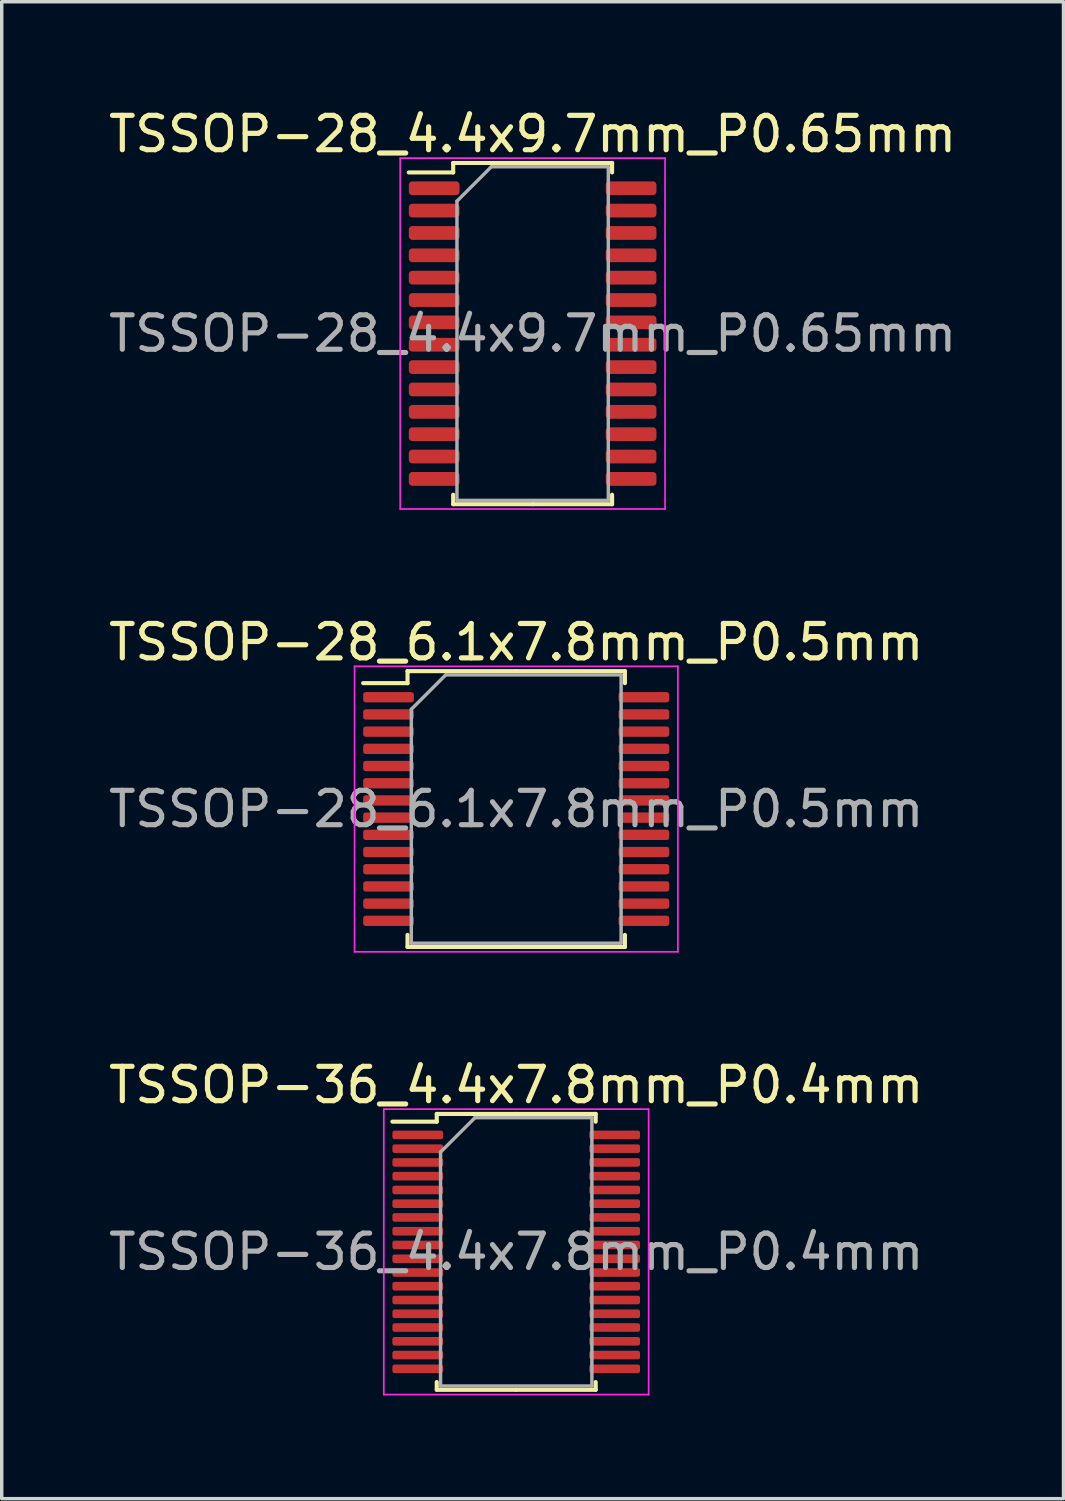
<source format=kicad_pcb>
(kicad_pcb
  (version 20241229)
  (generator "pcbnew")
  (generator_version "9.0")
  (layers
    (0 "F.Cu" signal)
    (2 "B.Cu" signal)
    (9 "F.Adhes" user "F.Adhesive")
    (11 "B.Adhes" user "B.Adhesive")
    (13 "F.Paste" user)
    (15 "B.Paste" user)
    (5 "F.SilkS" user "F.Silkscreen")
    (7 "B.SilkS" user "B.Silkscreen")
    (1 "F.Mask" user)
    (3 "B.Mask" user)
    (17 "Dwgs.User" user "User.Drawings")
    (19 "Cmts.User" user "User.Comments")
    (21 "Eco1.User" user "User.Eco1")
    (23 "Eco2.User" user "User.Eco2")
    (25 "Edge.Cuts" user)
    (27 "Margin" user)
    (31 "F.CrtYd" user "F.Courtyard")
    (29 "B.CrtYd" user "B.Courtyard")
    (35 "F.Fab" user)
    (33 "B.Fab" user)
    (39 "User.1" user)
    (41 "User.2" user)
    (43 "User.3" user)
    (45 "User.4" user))
  (footprint "TSSOP-28_6.1x7.8mm_P0.5mm"
    (layer "F.Cu")
    (at 11.958 20.471)
    (property "Reference" "TSSOP-28_6.1x7.8mm_P0.5mm" (at 0 -4.85 0) (layer "F.SilkS") (effects (font (size 1 1) (thickness 0.15))))
    (attr smd)
    (fp_line (start -3.16 -4.01) (end -3.16 -3.66) (stroke (width 0.12) (type solid)) (layer "F.SilkS"))
    (fp_line (start -3.16 -3.66) (end -4.45 -3.66) (stroke (width 0.12) (type solid)) (layer "F.SilkS"))
    (fp_line (start -3.16 4.01) (end -3.16 3.66) (stroke (width 0.12) (type solid)) (layer "F.SilkS"))
    (fp_line (start 0 -4.01) (end -3.16 -4.01) (stroke (width 0.12) (type solid)) (layer "F.SilkS"))
    (fp_line (start 0 -4.01) (end 3.16 -4.01) (stroke (width 0.12) (type solid)) (layer "F.SilkS"))
    (fp_line (start 0 4.01) (end -3.16 4.01) (stroke (width 0.12) (type solid)) (layer "F.SilkS"))
    (fp_line (start 0 4.01) (end 3.16 4.01) (stroke (width 0.12) (type solid)) (layer "F.SilkS"))
    (fp_line (start 3.16 -4.01) (end 3.16 -3.66) (stroke (width 0.12) (type solid)) (layer "F.SilkS"))
    (fp_line (start 3.16 4.01) (end 3.16 3.66) (stroke (width 0.12) (type solid)) (layer "F.SilkS"))
    (fp_line (start -4.7 -4.15) (end -4.7 4.15) (stroke (width 0.05) (type solid)) (layer "F.CrtYd"))
    (fp_line (start -4.7 4.15) (end 4.7 4.15) (stroke (width 0.05) (type solid)) (layer "F.CrtYd"))
    (fp_line (start 4.7 -4.15) (end -4.7 -4.15) (stroke (width 0.05) (type solid)) (layer "F.CrtYd"))
    (fp_line (start 4.7 4.15) (end 4.7 -4.15) (stroke (width 0.05) (type solid)) (layer "F.CrtYd"))
    (fp_line (start -3.05 -2.9) (end -2.05 -3.9) (stroke (width 0.1) (type solid)) (layer "F.Fab"))
    (fp_line (start -3.05 3.9) (end -3.05 -2.9) (stroke (width 0.1) (type solid)) (layer "F.Fab"))
    (fp_line (start -2.05 -3.9) (end 3.05 -3.9) (stroke (width 0.1) (type solid)) (layer "F.Fab"))
    (fp_line (start 3.05 -3.9) (end 3.05 3.9) (stroke (width 0.1) (type solid)) (layer "F.Fab"))
    (fp_line (start 3.05 3.9) (end -3.05 3.9) (stroke (width 0.1) (type solid)) (layer "F.Fab"))
    (fp_text user "${REFERENCE}" (at 0 0 0) (layer "F.Fab") (effects (font (size 1 1) (thickness 0.15))))
    (pad "1" smd roundrect (at -3.712 -3.25) (size 1.475 0.3) (layers "F.Cu" "F.Mask" "F.Paste") (roundrect_rratio 0.25))
    (pad "2" smd roundrect (at -3.712 -2.75) (size 1.475 0.3) (layers "F.Cu" "F.Mask" "F.Paste") (roundrect_rratio 0.25))
    (pad "3" smd roundrect (at -3.712 -2.25) (size 1.475 0.3) (layers "F.Cu" "F.Mask" "F.Paste") (roundrect_rratio 0.25))
    (pad "4" smd roundrect (at -3.712 -1.75) (size 1.475 0.3) (layers "F.Cu" "F.Mask" "F.Paste") (roundrect_rratio 0.25))
    (pad "5" smd roundrect (at -3.712 -1.25) (size 1.475 0.3) (layers "F.Cu" "F.Mask" "F.Paste") (roundrect_rratio 0.25))
    (pad "6" smd roundrect (at -3.712 -0.75) (size 1.475 0.3) (layers "F.Cu" "F.Mask" "F.Paste") (roundrect_rratio 0.25))
    (pad "7" smd roundrect (at -3.712 -0.25) (size 1.475 0.3) (layers "F.Cu" "F.Mask" "F.Paste") (roundrect_rratio 0.25))
    (pad "8" smd roundrect (at -3.712 0.25) (size 1.475 0.3) (layers "F.Cu" "F.Mask" "F.Paste") (roundrect_rratio 0.25))
    (pad "9" smd roundrect (at -3.712 0.75) (size 1.475 0.3) (layers "F.Cu" "F.Mask" "F.Paste") (roundrect_rratio 0.25))
    (pad "10" smd roundrect (at -3.712 1.25) (size 1.475 0.3) (layers "F.Cu" "F.Mask" "F.Paste") (roundrect_rratio 0.25))
    (pad "11" smd roundrect (at -3.712 1.75) (size 1.475 0.3) (layers "F.Cu" "F.Mask" "F.Paste") (roundrect_rratio 0.25))
    (pad "12" smd roundrect (at -3.712 2.25) (size 1.475 0.3) (layers "F.Cu" "F.Mask" "F.Paste") (roundrect_rratio 0.25))
    (pad "13" smd roundrect (at -3.712 2.75) (size 1.475 0.3) (layers "F.Cu" "F.Mask" "F.Paste") (roundrect_rratio 0.25))
    (pad "14" smd roundrect (at -3.712 3.25) (size 1.475 0.3) (layers "F.Cu" "F.Mask" "F.Paste") (roundrect_rratio 0.25))
    (pad "15" smd roundrect (at 3.712 3.25) (size 1.475 0.3) (layers "F.Cu" "F.Mask" "F.Paste") (roundrect_rratio 0.25))
    (pad "16" smd roundrect (at 3.712 2.75) (size 1.475 0.3) (layers "F.Cu" "F.Mask" "F.Paste") (roundrect_rratio 0.25))
    (pad "17" smd roundrect (at 3.712 2.25) (size 1.475 0.3) (layers "F.Cu" "F.Mask" "F.Paste") (roundrect_rratio 0.25))
    (pad "18" smd roundrect (at 3.712 1.75) (size 1.475 0.3) (layers "F.Cu" "F.Mask" "F.Paste") (roundrect_rratio 0.25))
    (pad "19" smd roundrect (at 3.712 1.25) (size 1.475 0.3) (layers "F.Cu" "F.Mask" "F.Paste") (roundrect_rratio 0.25))
    (pad "20" smd roundrect (at 3.712 0.75) (size 1.475 0.3) (layers "F.Cu" "F.Mask" "F.Paste") (roundrect_rratio 0.25))
    (pad "21" smd roundrect (at 3.712 0.25) (size 1.475 0.3) (layers "F.Cu" "F.Mask" "F.Paste") (roundrect_rratio 0.25))
    (pad "22" smd roundrect (at 3.712 -0.25) (size 1.475 0.3) (layers "F.Cu" "F.Mask" "F.Paste") (roundrect_rratio 0.25))
    (pad "23" smd roundrect (at 3.712 -0.75) (size 1.475 0.3) (layers "F.Cu" "F.Mask" "F.Paste") (roundrect_rratio 0.25))
    (pad "24" smd roundrect (at 3.712 -1.25) (size 1.475 0.3) (layers "F.Cu" "F.Mask" "F.Paste") (roundrect_rratio 0.25))
    (pad "25" smd roundrect (at 3.712 -1.75) (size 1.475 0.3) (layers "F.Cu" "F.Mask" "F.Paste") (roundrect_rratio 0.25))
    (pad "26" smd roundrect (at 3.712 -2.25) (size 1.475 0.3) (layers "F.Cu" "F.Mask" "F.Paste") (roundrect_rratio 0.25))
    (pad "27" smd roundrect (at 3.712 -2.75) (size 1.475 0.3) (layers "F.Cu" "F.Mask" "F.Paste") (roundrect_rratio 0.25))
    (pad "28" smd roundrect (at 3.712 -3.25) (size 1.475 0.3) (layers "F.Cu" "F.Mask" "F.Paste") (roundrect_rratio 0.25)))
  (footprint "TSSOP-36_4.4x7.8mm_P0.4mm"
    (layer "F.Cu")
    (at 11.958 33.345)
    (property "Reference" "TSSOP-36_4.4x7.8mm_P0.4mm" (at 0 -4.85 0) (layer "F.SilkS") (effects (font (size 1 1) (thickness 0.15))))
    (attr smd)
    (fp_line (start -2.31 -4.01) (end -2.31 -3.785) (stroke (width 0.12) (type solid)) (layer "F.SilkS"))
    (fp_line (start -2.31 -3.785) (end -3.6 -3.785) (stroke (width 0.12) (type solid)) (layer "F.SilkS"))
    (fp_line (start -2.31 4.01) (end -2.31 3.785) (stroke (width 0.12) (type solid)) (layer "F.SilkS"))
    (fp_line (start 0 -4.01) (end -2.31 -4.01) (stroke (width 0.12) (type solid)) (layer "F.SilkS"))
    (fp_line (start 0 -4.01) (end 2.31 -4.01) (stroke (width 0.12) (type solid)) (layer "F.SilkS"))
    (fp_line (start 0 4.01) (end -2.31 4.01) (stroke (width 0.12) (type solid)) (layer "F.SilkS"))
    (fp_line (start 0 4.01) (end 2.31 4.01) (stroke (width 0.12) (type solid)) (layer "F.SilkS"))
    (fp_line (start 2.31 -4.01) (end 2.31 -3.785) (stroke (width 0.12) (type solid)) (layer "F.SilkS"))
    (fp_line (start 2.31 4.01) (end 2.31 3.785) (stroke (width 0.12) (type solid)) (layer "F.SilkS"))
    (fp_line (start -3.85 -4.15) (end -3.85 4.15) (stroke (width 0.05) (type solid)) (layer "F.CrtYd"))
    (fp_line (start -3.85 4.15) (end 3.85 4.15) (stroke (width 0.05) (type solid)) (layer "F.CrtYd"))
    (fp_line (start 3.85 -4.15) (end -3.85 -4.15) (stroke (width 0.05) (type solid)) (layer "F.CrtYd"))
    (fp_line (start 3.85 4.15) (end 3.85 -4.15) (stroke (width 0.05) (type solid)) (layer "F.CrtYd"))
    (fp_line (start -2.2 -2.9) (end -1.2 -3.9) (stroke (width 0.1) (type solid)) (layer "F.Fab"))
    (fp_line (start -2.2 3.9) (end -2.2 -2.9) (stroke (width 0.1) (type solid)) (layer "F.Fab"))
    (fp_line (start -1.2 -3.9) (end 2.2 -3.9) (stroke (width 0.1) (type solid)) (layer "F.Fab"))
    (fp_line (start 2.2 -3.9) (end 2.2 3.9) (stroke (width 0.1) (type solid)) (layer "F.Fab"))
    (fp_line (start 2.2 3.9) (end -2.2 3.9) (stroke (width 0.1) (type solid)) (layer "F.Fab"))
    (fp_text user "${REFERENCE}" (at 0 0 0) (layer "F.Fab") (effects (font (size 1 1) (thickness 0.15))))
    (pad "1" smd roundrect (at -2.862 -3.4) (size 1.475 0.25) (layers "F.Cu" "F.Mask" "F.Paste") (roundrect_rratio 0.25))
    (pad "2" smd roundrect (at -2.862 -3) (size 1.475 0.25) (layers "F.Cu" "F.Mask" "F.Paste") (roundrect_rratio 0.25))
    (pad "3" smd roundrect (at -2.862 -2.6) (size 1.475 0.25) (layers "F.Cu" "F.Mask" "F.Paste") (roundrect_rratio 0.25))
    (pad "4" smd roundrect (at -2.862 -2.2) (size 1.475 0.25) (layers "F.Cu" "F.Mask" "F.Paste") (roundrect_rratio 0.25))
    (pad "5" smd roundrect (at -2.862 -1.8) (size 1.475 0.25) (layers "F.Cu" "F.Mask" "F.Paste") (roundrect_rratio 0.25))
    (pad "6" smd roundrect (at -2.862 -1.4) (size 1.475 0.25) (layers "F.Cu" "F.Mask" "F.Paste") (roundrect_rratio 0.25))
    (pad "7" smd roundrect (at -2.862 -1) (size 1.475 0.25) (layers "F.Cu" "F.Mask" "F.Paste") (roundrect_rratio 0.25))
    (pad "8" smd roundrect (at -2.862 -0.6) (size 1.475 0.25) (layers "F.Cu" "F.Mask" "F.Paste") (roundrect_rratio 0.25))
    (pad "9" smd roundrect (at -2.862 -0.2) (size 1.475 0.25) (layers "F.Cu" "F.Mask" "F.Paste") (roundrect_rratio 0.25))
    (pad "10" smd roundrect (at -2.862 0.2) (size 1.475 0.25) (layers "F.Cu" "F.Mask" "F.Paste") (roundrect_rratio 0.25))
    (pad "11" smd roundrect (at -2.862 0.6) (size 1.475 0.25) (layers "F.Cu" "F.Mask" "F.Paste") (roundrect_rratio 0.25))
    (pad "12" smd roundrect (at -2.862 1) (size 1.475 0.25) (layers "F.Cu" "F.Mask" "F.Paste") (roundrect_rratio 0.25))
    (pad "13" smd roundrect (at -2.862 1.4) (size 1.475 0.25) (layers "F.Cu" "F.Mask" "F.Paste") (roundrect_rratio 0.25))
    (pad "14" smd roundrect (at -2.862 1.8) (size 1.475 0.25) (layers "F.Cu" "F.Mask" "F.Paste") (roundrect_rratio 0.25))
    (pad "15" smd roundrect (at -2.862 2.2) (size 1.475 0.25) (layers "F.Cu" "F.Mask" "F.Paste") (roundrect_rratio 0.25))
    (pad "16" smd roundrect (at -2.862 2.6) (size 1.475 0.25) (layers "F.Cu" "F.Mask" "F.Paste") (roundrect_rratio 0.25))
    (pad "17" smd roundrect (at -2.862 3) (size 1.475 0.25) (layers "F.Cu" "F.Mask" "F.Paste") (roundrect_rratio 0.25))
    (pad "18" smd roundrect (at -2.862 3.4) (size 1.475 0.25) (layers "F.Cu" "F.Mask" "F.Paste") (roundrect_rratio 0.25))
    (pad "19" smd roundrect (at 2.862 3.4) (size 1.475 0.25) (layers "F.Cu" "F.Mask" "F.Paste") (roundrect_rratio 0.25))
    (pad "20" smd roundrect (at 2.862 3) (size 1.475 0.25) (layers "F.Cu" "F.Mask" "F.Paste") (roundrect_rratio 0.25))
    (pad "21" smd roundrect (at 2.862 2.6) (size 1.475 0.25) (layers "F.Cu" "F.Mask" "F.Paste") (roundrect_rratio 0.25))
    (pad "22" smd roundrect (at 2.862 2.2) (size 1.475 0.25) (layers "F.Cu" "F.Mask" "F.Paste") (roundrect_rratio 0.25))
    (pad "23" smd roundrect (at 2.862 1.8) (size 1.475 0.25) (layers "F.Cu" "F.Mask" "F.Paste") (roundrect_rratio 0.25))
    (pad "24" smd roundrect (at 2.862 1.4) (size 1.475 0.25) (layers "F.Cu" "F.Mask" "F.Paste") (roundrect_rratio 0.25))
    (pad "25" smd roundrect (at 2.862 1) (size 1.475 0.25) (layers "F.Cu" "F.Mask" "F.Paste") (roundrect_rratio 0.25))
    (pad "26" smd roundrect (at 2.862 0.6) (size 1.475 0.25) (layers "F.Cu" "F.Mask" "F.Paste") (roundrect_rratio 0.25))
    (pad "27" smd roundrect (at 2.862 0.2) (size 1.475 0.25) (layers "F.Cu" "F.Mask" "F.Paste") (roundrect_rratio 0.25))
    (pad "28" smd roundrect (at 2.862 -0.2) (size 1.475 0.25) (layers "F.Cu" "F.Mask" "F.Paste") (roundrect_rratio 0.25))
    (pad "29" smd roundrect (at 2.862 -0.6) (size 1.475 0.25) (layers "F.Cu" "F.Mask" "F.Paste") (roundrect_rratio 0.25))
    (pad "30" smd roundrect (at 2.862 -1) (size 1.475 0.25) (layers "F.Cu" "F.Mask" "F.Paste") (roundrect_rratio 0.25))
    (pad "31" smd roundrect (at 2.862 -1.4) (size 1.475 0.25) (layers "F.Cu" "F.Mask" "F.Paste") (roundrect_rratio 0.25))
    (pad "32" smd roundrect (at 2.862 -1.8) (size 1.475 0.25) (layers "F.Cu" "F.Mask" "F.Paste") (roundrect_rratio 0.25))
    (pad "33" smd roundrect (at 2.862 -2.2) (size 1.475 0.25) (layers "F.Cu" "F.Mask" "F.Paste") (roundrect_rratio 0.25))
    (pad "34" smd roundrect (at 2.862 -2.6) (size 1.475 0.25) (layers "F.Cu" "F.Mask" "F.Paste") (roundrect_rratio 0.25))
    (pad "35" smd roundrect (at 2.862 -3) (size 1.475 0.25) (layers "F.Cu" "F.Mask" "F.Paste") (roundrect_rratio 0.25))
    (pad "36" smd roundrect (at 2.862 -3.4) (size 1.475 0.25) (layers "F.Cu" "F.Mask" "F.Paste") (roundrect_rratio 0.25)))
  (footprint "TSSOP-28_4.4x9.7mm_P0.65mm"
    (layer "F.Cu")
    (at 12.435 6.648)
    (property "Reference" "TSSOP-28_4.4x9.7mm_P0.65mm" (at 0 -5.8 0) (layer "F.SilkS") (effects (font (size 1 1) (thickness 0.15))))
    (attr smd)
    (fp_line (start -2.31 -4.96) (end -2.31 -4.685) (stroke (width 0.12) (type solid)) (layer "F.SilkS"))
    (fp_line (start -2.31 -4.685) (end -3.6 -4.685) (stroke (width 0.12) (type solid)) (layer "F.SilkS"))
    (fp_line (start -2.31 4.96) (end -2.31 4.685) (stroke (width 0.12) (type solid)) (layer "F.SilkS"))
    (fp_line (start 0 -4.96) (end -2.31 -4.96) (stroke (width 0.12) (type solid)) (layer "F.SilkS"))
    (fp_line (start 0 -4.96) (end 2.31 -4.96) (stroke (width 0.12) (type solid)) (layer "F.SilkS"))
    (fp_line (start 0 4.96) (end -2.31 4.96) (stroke (width 0.12) (type solid)) (layer "F.SilkS"))
    (fp_line (start 0 4.96) (end 2.31 4.96) (stroke (width 0.12) (type solid)) (layer "F.SilkS"))
    (fp_line (start 2.31 -4.96) (end 2.31 -4.685) (stroke (width 0.12) (type solid)) (layer "F.SilkS"))
    (fp_line (start 2.31 4.96) (end 2.31 4.685) (stroke (width 0.12) (type solid)) (layer "F.SilkS"))
    (fp_line (start -3.85 -5.1) (end -3.85 5.1) (stroke (width 0.05) (type solid)) (layer "F.CrtYd"))
    (fp_line (start -3.85 5.1) (end 3.85 5.1) (stroke (width 0.05) (type solid)) (layer "F.CrtYd"))
    (fp_line (start 3.85 -5.1) (end -3.85 -5.1) (stroke (width 0.05) (type solid)) (layer "F.CrtYd"))
    (fp_line (start 3.85 5.1) (end 3.85 -5.1) (stroke (width 0.05) (type solid)) (layer "F.CrtYd"))
    (fp_line (start -2.2 -3.85) (end -1.2 -4.85) (stroke (width 0.1) (type solid)) (layer "F.Fab"))
    (fp_line (start -2.2 4.85) (end -2.2 -3.85) (stroke (width 0.1) (type solid)) (layer "F.Fab"))
    (fp_line (start -1.2 -4.85) (end 2.2 -4.85) (stroke (width 0.1) (type solid)) (layer "F.Fab"))
    (fp_line (start 2.2 -4.85) (end 2.2 4.85) (stroke (width 0.1) (type solid)) (layer "F.Fab"))
    (fp_line (start 2.2 4.85) (end -2.2 4.85) (stroke (width 0.1) (type solid)) (layer "F.Fab"))
    (fp_text user "${REFERENCE}" (at 0 0 0) (layer "F.Fab") (effects (font (size 1 1) (thickness 0.15))))
    (pad "1" smd roundrect (at -2.862 -4.225) (size 1.475 0.4) (layers "F.Cu" "F.Mask" "F.Paste") (roundrect_rratio 0.25))
    (pad "2" smd roundrect (at -2.862 -3.575) (size 1.475 0.4) (layers "F.Cu" "F.Mask" "F.Paste") (roundrect_rratio 0.25))
    (pad "3" smd roundrect (at -2.862 -2.925) (size 1.475 0.4) (layers "F.Cu" "F.Mask" "F.Paste") (roundrect_rratio 0.25))
    (pad "4" smd roundrect (at -2.862 -2.275) (size 1.475 0.4) (layers "F.Cu" "F.Mask" "F.Paste") (roundrect_rratio 0.25))
    (pad "5" smd roundrect (at -2.862 -1.625) (size 1.475 0.4) (layers "F.Cu" "F.Mask" "F.Paste") (roundrect_rratio 0.25))
    (pad "6" smd roundrect (at -2.862 -0.975) (size 1.475 0.4) (layers "F.Cu" "F.Mask" "F.Paste") (roundrect_rratio 0.25))
    (pad "7" smd roundrect (at -2.862 -0.325) (size 1.475 0.4) (layers "F.Cu" "F.Mask" "F.Paste") (roundrect_rratio 0.25))
    (pad "8" smd roundrect (at -2.862 0.325) (size 1.475 0.4) (layers "F.Cu" "F.Mask" "F.Paste") (roundrect_rratio 0.25))
    (pad "9" smd roundrect (at -2.862 0.975) (size 1.475 0.4) (layers "F.Cu" "F.Mask" "F.Paste") (roundrect_rratio 0.25))
    (pad "10" smd roundrect (at -2.862 1.625) (size 1.475 0.4) (layers "F.Cu" "F.Mask" "F.Paste") (roundrect_rratio 0.25))
    (pad "11" smd roundrect (at -2.862 2.275) (size 1.475 0.4) (layers "F.Cu" "F.Mask" "F.Paste") (roundrect_rratio 0.25))
    (pad "12" smd roundrect (at -2.862 2.925) (size 1.475 0.4) (layers "F.Cu" "F.Mask" "F.Paste") (roundrect_rratio 0.25))
    (pad "13" smd roundrect (at -2.862 3.575) (size 1.475 0.4) (layers "F.Cu" "F.Mask" "F.Paste") (roundrect_rratio 0.25))
    (pad "14" smd roundrect (at -2.862 4.225) (size 1.475 0.4) (layers "F.Cu" "F.Mask" "F.Paste") (roundrect_rratio 0.25))
    (pad "15" smd roundrect (at 2.862 4.225) (size 1.475 0.4) (layers "F.Cu" "F.Mask" "F.Paste") (roundrect_rratio 0.25))
    (pad "16" smd roundrect (at 2.862 3.575) (size 1.475 0.4) (layers "F.Cu" "F.Mask" "F.Paste") (roundrect_rratio 0.25))
    (pad "17" smd roundrect (at 2.862 2.925) (size 1.475 0.4) (layers "F.Cu" "F.Mask" "F.Paste") (roundrect_rratio 0.25))
    (pad "18" smd roundrect (at 2.862 2.275) (size 1.475 0.4) (layers "F.Cu" "F.Mask" "F.Paste") (roundrect_rratio 0.25))
    (pad "19" smd roundrect (at 2.862 1.625) (size 1.475 0.4) (layers "F.Cu" "F.Mask" "F.Paste") (roundrect_rratio 0.25))
    (pad "20" smd roundrect (at 2.862 0.975) (size 1.475 0.4) (layers "F.Cu" "F.Mask" "F.Paste") (roundrect_rratio 0.25))
    (pad "21" smd roundrect (at 2.862 0.325) (size 1.475 0.4) (layers "F.Cu" "F.Mask" "F.Paste") (roundrect_rratio 0.25))
    (pad "22" smd roundrect (at 2.862 -0.325) (size 1.475 0.4) (layers "F.Cu" "F.Mask" "F.Paste") (roundrect_rratio 0.25))
    (pad "23" smd roundrect (at 2.862 -0.975) (size 1.475 0.4) (layers "F.Cu" "F.Mask" "F.Paste") (roundrect_rratio 0.25))
    (pad "24" smd roundrect (at 2.862 -1.625) (size 1.475 0.4) (layers "F.Cu" "F.Mask" "F.Paste") (roundrect_rratio 0.25))
    (pad "25" smd roundrect (at 2.862 -2.275) (size 1.475 0.4) (layers "F.Cu" "F.Mask" "F.Paste") (roundrect_rratio 0.25))
    (pad "26" smd roundrect (at 2.862 -2.925) (size 1.475 0.4) (layers "F.Cu" "F.Mask" "F.Paste") (roundrect_rratio 0.25))
    (pad "27" smd roundrect (at 2.862 -3.575) (size 1.475 0.4) (layers "F.Cu" "F.Mask" "F.Paste") (roundrect_rratio 0.25))
    (pad "28" smd roundrect (at 2.862 -4.225) (size 1.475 0.4) (layers "F.Cu" "F.Mask" "F.Paste") (roundrect_rratio 0.25)))
  (gr_rect
    (start -3 -3)
    (end 27.869 40.52)
    (stroke (width 0.1) (type default))
    (fill no)
    (layer "Edge.Cuts")))
</source>
